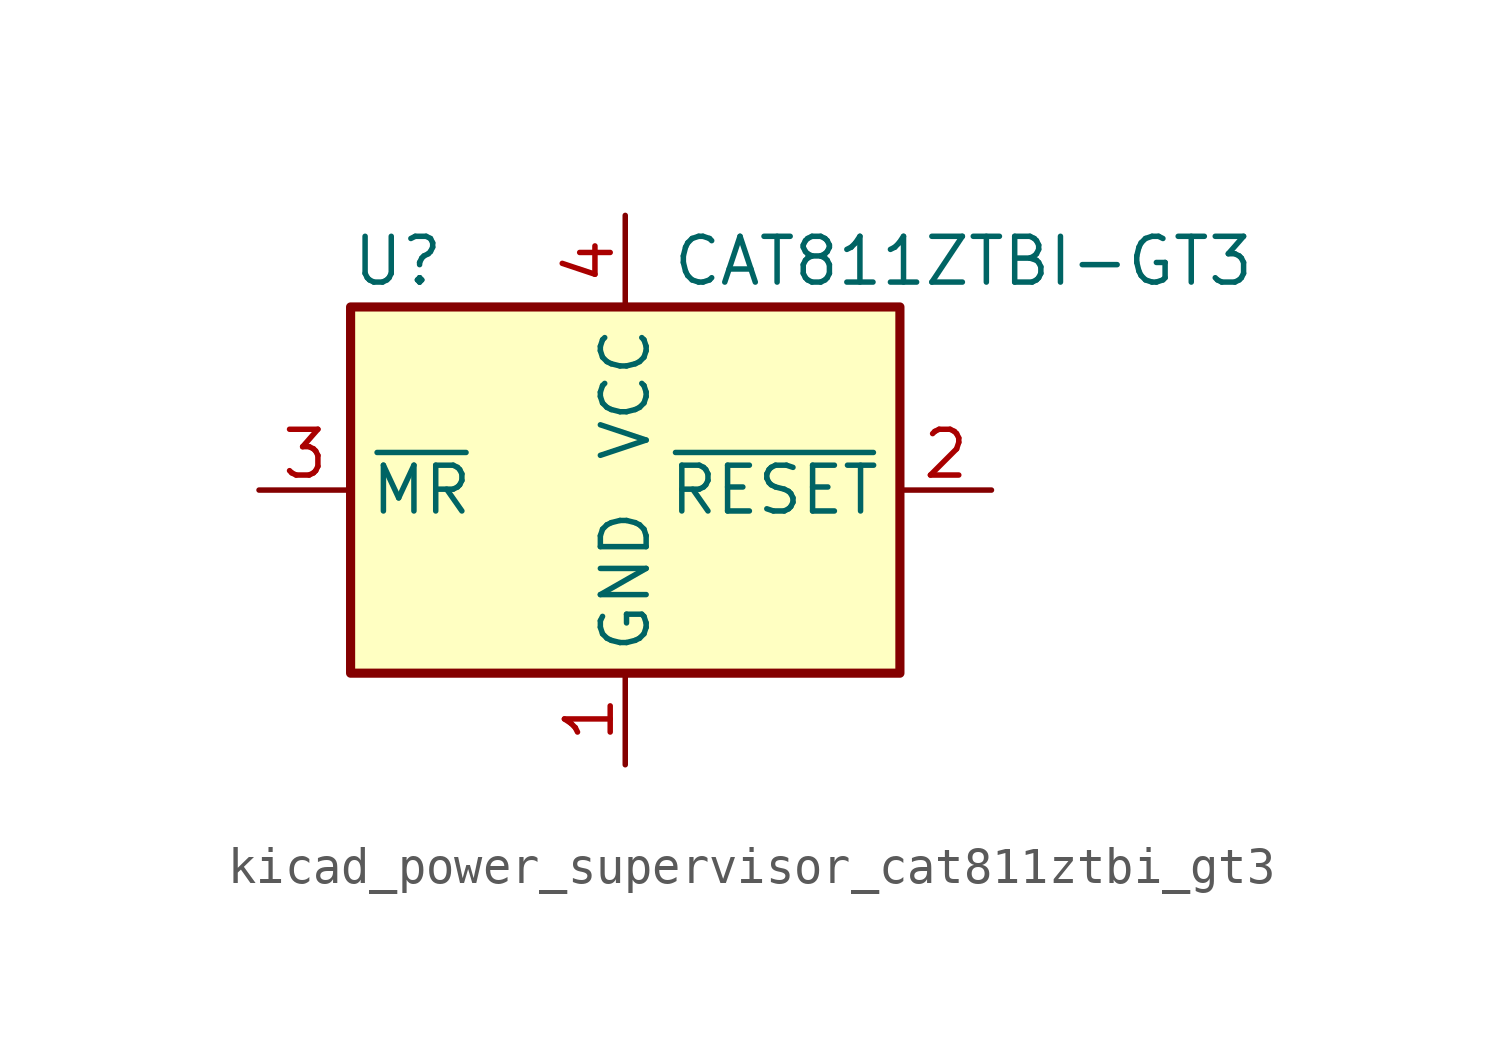
<source format=kicad_sym>
(kicad_symbol_lib
  (version 20220914)
  (generator kicad_symbol_editor)
  (symbol "kicad_power_supervisor_cat811ztbi_gt3"
    (property "Reference" "U"
      (at -7.62 6.35 0)
      (effects (font (size 1.27 1.27)) (justify left)))
    (property "Value" "CAT811ZTBI-GT3"
      (at 1.27 6.35 0)
      (effects (font (size 1.27 1.27)) (justify left)))
    (symbol "kicad_power_supervisor_cat811ztbi_gt3_0_1"
      (rectangle (start -7.62 5.08) (end 7.62 -5.08) (stroke (width 0.254) (type default)) (fill (type background))))
    (symbol "kicad_power_supervisor_cat811ztbi_gt3_1_1"
      (pin power_in line (at 0 -7.62 90) (length 2.54) (name "GND" (effects (font (size 1.27 1.27)))) (number "1" (effects (font (size 1.27 1.27)))))
      (pin output line (at 10.16 0 180) (length 2.54) (name "~{RESET}" (effects (font (size 1.27 1.27)))) (number "2" (effects (font (size 1.27 1.27)))))
      (pin input line (at -10.16 0 0) (length 2.54) (name "~{MR}" (effects (font (size 1.27 1.27)))) (number "3" (effects (font (size 1.27 1.27)))))
      (pin power_in line (at 0 7.62 270) (length 2.54) (name "VCC" (effects (font (size 1.27 1.27)))) (number "4" (effects (font (size 1.27 1.27))))))))
</source>
